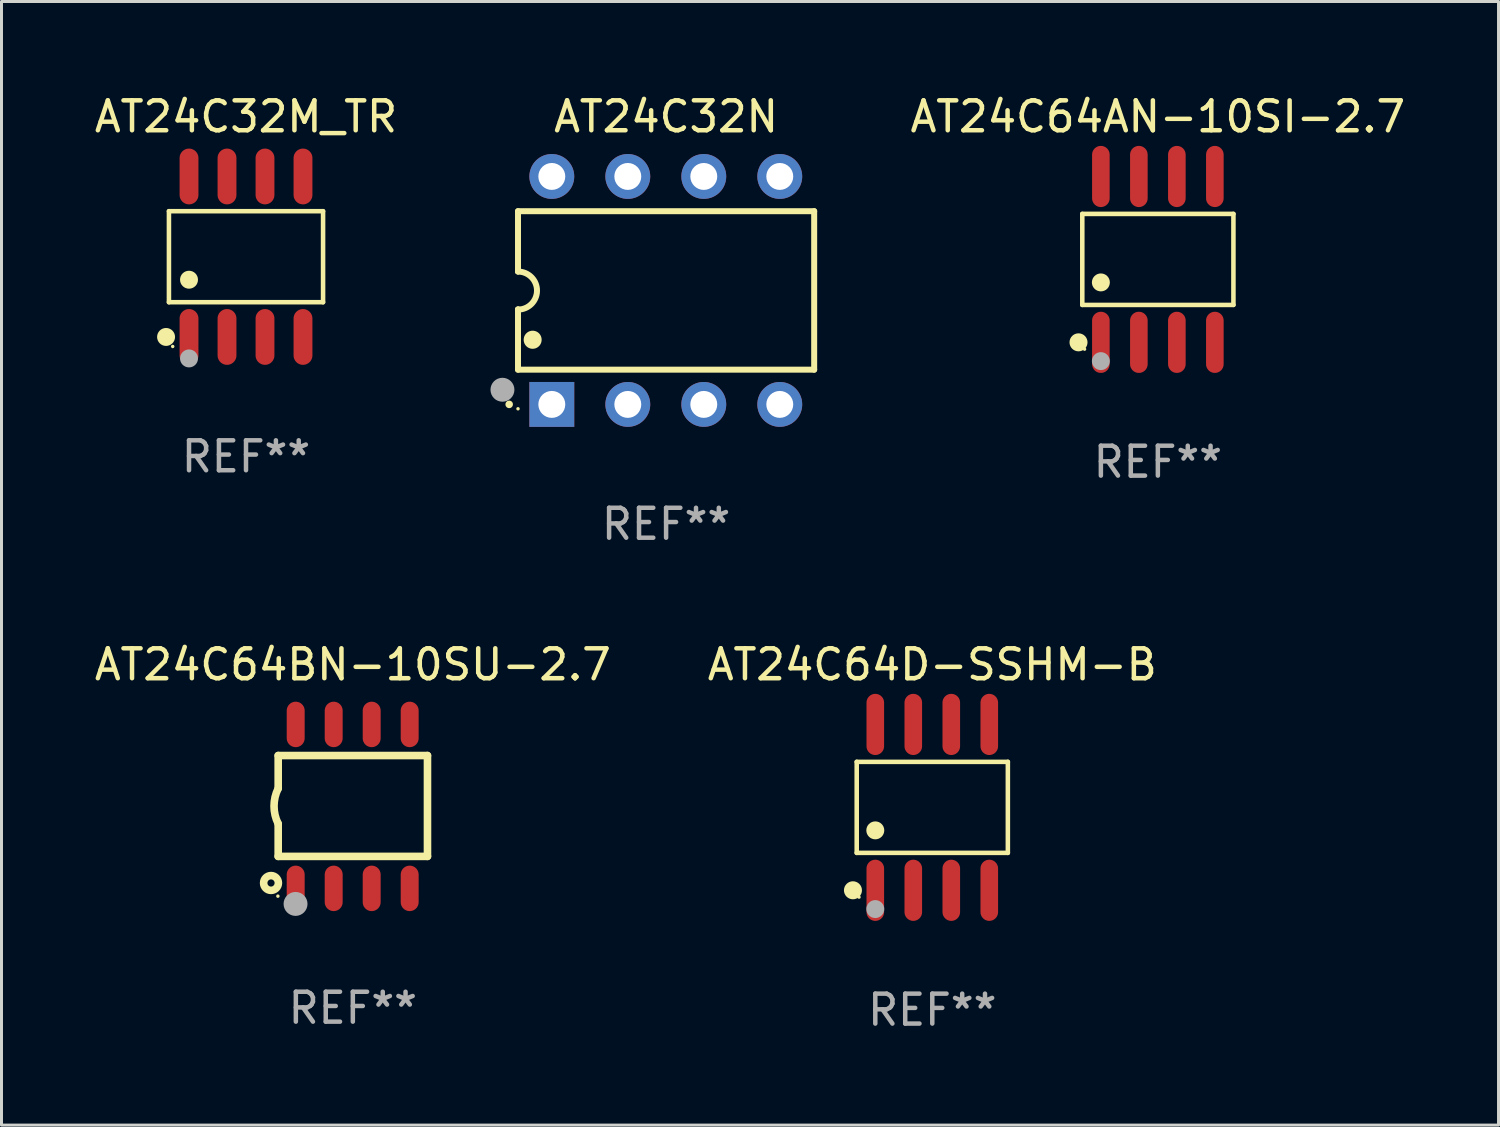
<source format=kicad_pcb>
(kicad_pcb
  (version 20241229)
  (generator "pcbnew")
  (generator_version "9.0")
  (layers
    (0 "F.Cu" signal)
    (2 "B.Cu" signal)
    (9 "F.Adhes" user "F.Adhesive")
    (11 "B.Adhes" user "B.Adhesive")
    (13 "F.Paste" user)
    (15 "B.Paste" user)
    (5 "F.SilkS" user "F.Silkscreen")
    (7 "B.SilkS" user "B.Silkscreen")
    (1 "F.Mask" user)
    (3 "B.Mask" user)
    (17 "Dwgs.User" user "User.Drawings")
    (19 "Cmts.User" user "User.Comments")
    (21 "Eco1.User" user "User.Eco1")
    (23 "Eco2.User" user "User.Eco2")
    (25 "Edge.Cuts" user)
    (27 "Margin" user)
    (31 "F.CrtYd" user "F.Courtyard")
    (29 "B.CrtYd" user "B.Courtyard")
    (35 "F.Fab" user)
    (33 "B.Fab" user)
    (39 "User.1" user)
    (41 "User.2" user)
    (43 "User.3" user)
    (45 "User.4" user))
  (footprint "AT24C32M_TR"
    (layer "F.Cu")
    (at 5.173 5.531)
    (property "Reference" "AT24C32M_TR" (at 0 -4.682 0) (layer "F.SilkS") (effects (font (size 1 1) (thickness 0.15))))
    (attr through_hole)
    (fp_line (start -2.576 -1.521) (end 2.576 -1.521) (stroke (width 0.152) (type solid)) (layer "F.SilkS"))
    (fp_line (start -2.576 1.521) (end -2.576 -1.521) (stroke (width 0.152) (type solid)) (layer "F.SilkS"))
    (fp_line (start 2.576 -1.521) (end 2.576 1.521) (stroke (width 0.152) (type solid)) (layer "F.SilkS"))
    (fp_line (start 2.576 1.521) (end -2.576 1.521) (stroke (width 0.152) (type solid)) (layer "F.SilkS"))
    (fp_circle (center -2.672 2.682) (end -2.522 2.682) (stroke (width 0.3) (type solid)) (fill no) (layer "F.SilkS"))
    (fp_circle (center -2.45 3) (end -2.42 3) (stroke (width 0.06) (type solid)) (fill no) (layer "F.SilkS"))
    (fp_circle (center -1.905 0.769) (end -1.755 0.769) (stroke (width 0.3) (type solid)) (fill no) (layer "F.SilkS"))
    (fp_circle (center -1.905 3.4) (end -1.755 3.4) (stroke (width 0.3) (type solid)) (fill no) (layer "F.Fab"))
    (fp_text user "REF**" (at 0 6.682 0) (layer "F.Fab") (effects (font (size 1 1) (thickness 0.15))))
    (pad "1" smd oval (at -1.905 2.682) (size 0.63 1.865) (layers "F.Cu" "F.Mask" "F.Paste"))
    (pad "2" smd oval (at -0.635 2.682) (size 0.63 1.865) (layers "F.Cu" "F.Mask" "F.Paste"))
    (pad "3" smd oval (at 0.635 2.682) (size 0.63 1.865) (layers "F.Cu" "F.Mask" "F.Paste"))
    (pad "4" smd oval (at 1.905 2.682) (size 0.63 1.865) (layers "F.Cu" "F.Mask" "F.Paste"))
    (pad "5" smd oval (at 1.905 -2.682) (size 0.63 1.865) (layers "F.Cu" "F.Mask" "F.Paste"))
    (pad "6" smd oval (at 0.635 -2.682) (size 0.63 1.865) (layers "F.Cu" "F.Mask" "F.Paste"))
    (pad "7" smd oval (at -0.635 -2.682) (size 0.63 1.865) (layers "F.Cu" "F.Mask" "F.Paste"))
    (pad "8" smd oval (at -1.905 -2.682) (size 0.63 1.865) (layers "F.Cu" "F.Mask" "F.Paste")))
  (footprint "AT24C64AN-10SI-2.7"
    (layer "F.Cu")
    (at 35.653 5.621)
    (property "Reference" "AT24C64AN-10SI-2.7" (at 0 -4.772 0) (layer "F.SilkS") (effects (font (size 1 1) (thickness 0.15))))
    (attr through_hole)
    (fp_line (start -2.526 -1.521) (end 2.526 -1.521) (stroke (width 0.152) (type solid)) (layer "F.SilkS"))
    (fp_line (start -2.526 1.521) (end -2.526 -1.521) (stroke (width 0.152) (type solid)) (layer "F.SilkS"))
    (fp_line (start 2.526 -1.521) (end 2.526 1.521) (stroke (width 0.152) (type solid)) (layer "F.SilkS"))
    (fp_line (start 2.526 1.521) (end -2.526 1.521) (stroke (width 0.152) (type solid)) (layer "F.SilkS"))
    (fp_circle (center -2.652 2.772) (end -2.501 2.772) (stroke (width 0.3) (type solid)) (fill no) (layer "F.SilkS"))
    (fp_circle (center -2.45 3) (end -2.42 3) (stroke (width 0.06) (type solid)) (fill no) (layer "F.SilkS"))
    (fp_circle (center -1.905 0.769) (end -1.755 0.769) (stroke (width 0.3) (type solid)) (fill no) (layer "F.SilkS"))
    (fp_circle (center -1.905 3.4) (end -1.755 3.4) (stroke (width 0.3) (type solid)) (fill no) (layer "F.Fab"))
    (fp_text user "REF**" (at 0 6.772 0) (layer "F.Fab") (effects (font (size 1 1) (thickness 0.15))))
    (pad "1" smd oval (at -1.905 2.772) (size 0.588 2.045) (layers "F.Cu" "F.Mask" "F.Paste"))
    (pad "2" smd oval (at -0.635 2.772) (size 0.588 2.045) (layers "F.Cu" "F.Mask" "F.Paste"))
    (pad "3" smd oval (at 0.635 2.772) (size 0.588 2.045) (layers "F.Cu" "F.Mask" "F.Paste"))
    (pad "4" smd oval (at 1.905 2.772) (size 0.588 2.045) (layers "F.Cu" "F.Mask" "F.Paste"))
    (pad "5" smd oval (at 1.905 -2.772) (size 0.588 2.045) (layers "F.Cu" "F.Mask" "F.Paste"))
    (pad "6" smd oval (at 0.635 -2.772) (size 0.588 2.045) (layers "F.Cu" "F.Mask" "F.Paste"))
    (pad "7" smd oval (at -0.635 -2.772) (size 0.588 2.045) (layers "F.Cu" "F.Mask" "F.Paste"))
    (pad "8" smd oval (at -1.905 -2.772) (size 0.588 2.045) (layers "F.Cu" "F.Mask" "F.Paste")))
  (footprint "AT24C64D-SSHM-B"
    (layer "F.Cu")
    (at 28.113 23.937)
    (property "Reference" "AT24C64D-SSHM-B" (at 0 -4.772 0) (layer "F.SilkS") (effects (font (size 1 1) (thickness 0.15))))
    (attr through_hole)
    (fp_line (start -2.526 -1.521) (end 2.526 -1.521) (stroke (width 0.152) (type solid)) (layer "F.SilkS"))
    (fp_line (start -2.526 1.521) (end -2.526 -1.521) (stroke (width 0.152) (type solid)) (layer "F.SilkS"))
    (fp_line (start 2.526 -1.521) (end 2.526 1.521) (stroke (width 0.152) (type solid)) (layer "F.SilkS"))
    (fp_line (start 2.526 1.521) (end -2.526 1.521) (stroke (width 0.152) (type solid)) (layer "F.SilkS"))
    (fp_circle (center -2.652 2.772) (end -2.501 2.772) (stroke (width 0.3) (type solid)) (fill no) (layer "F.SilkS"))
    (fp_circle (center -2.45 3) (end -2.42 3) (stroke (width 0.06) (type solid)) (fill no) (layer "F.SilkS"))
    (fp_circle (center -1.905 0.769) (end -1.755 0.769) (stroke (width 0.3) (type solid)) (fill no) (layer "F.SilkS"))
    (fp_circle (center -1.905 3.4) (end -1.755 3.4) (stroke (width 0.3) (type solid)) (fill no) (layer "F.Fab"))
    (fp_text user "REF**" (at 0 6.772 0) (layer "F.Fab") (effects (font (size 1 1) (thickness 0.15))))
    (pad "1" smd oval (at -1.905 2.772) (size 0.588 2.045) (layers "F.Cu" "F.Mask" "F.Paste"))
    (pad "2" smd oval (at -0.635 2.772) (size 0.588 2.045) (layers "F.Cu" "F.Mask" "F.Paste"))
    (pad "3" smd oval (at 0.635 2.772) (size 0.588 2.045) (layers "F.Cu" "F.Mask" "F.Paste"))
    (pad "4" smd oval (at 1.905 2.772) (size 0.588 2.045) (layers "F.Cu" "F.Mask" "F.Paste"))
    (pad "5" smd oval (at 1.905 -2.772) (size 0.588 2.045) (layers "F.Cu" "F.Mask" "F.Paste"))
    (pad "6" smd oval (at 0.635 -2.772) (size 0.588 2.045) (layers "F.Cu" "F.Mask" "F.Paste"))
    (pad "7" smd oval (at -0.635 -2.772) (size 0.588 2.045) (layers "F.Cu" "F.Mask" "F.Paste"))
    (pad "8" smd oval (at -1.905 -2.772) (size 0.588 2.045) (layers "F.Cu" "F.Mask" "F.Paste")))
  (footprint "AT24C64BN-10SU-2.7"
    (layer "F.Cu")
    (at 8.744 23.905)
    (property "Reference" "AT24C64BN-10SU-2.7" (at 0 -4.74 0) (layer "F.SilkS") (effects (font (size 1 1) (thickness 0.15))))
    (attr through_hole)
    (fp_line (start -2.495 -1.7) (end 2.495 -1.7) (stroke (width 0.254) (type solid)) (layer "F.SilkS"))
    (fp_line (start -2.495 -0.6) (end -2.495 -1.7) (stroke (width 0.254) (type solid)) (layer "F.SilkS"))
    (fp_line (start -2.495 1.671) (end -2.495 0.58) (stroke (width 0.254) (type solid)) (layer "F.SilkS"))
    (fp_line (start 2.495 -1.7) (end 2.495 1.671) (stroke (width 0.254) (type solid)) (layer "F.SilkS"))
    (fp_line (start 2.495 1.671) (end -2.495 1.671) (stroke (width 0.254) (type solid)) (layer "F.SilkS"))
    (fp_arc (start -2.495009 0.58001) (mid -2.634112 -0.009995) (end -2.495009 -0.6) (stroke (width 0.254001) (type solid)) (layer "F.SilkS"))
    (fp_circle (center -2.735 2.56) (end -2.615 2.56) (stroke (width 0.254) (type solid)) (fill no) (layer "F.SilkS"))
    (fp_circle (center -2.505 3) (end -2.475 3) (stroke (width 0.06) (type solid)) (fill no) (layer "F.SilkS"))
    (fp_circle (center -1.915 3.26) (end -1.715 3.26) (stroke (width 0.4) (type solid)) (fill no) (layer "F.Fab"))
    (fp_text user "REF**" (at 0 6.74 0) (layer "F.Fab") (effects (font (size 1 1) (thickness 0.15))))
    (pad "1" smd oval (at -1.91 2.74) (size 0.6 1.52) (layers "F.Cu" "F.Mask" "F.Paste"))
    (pad "2" smd oval (at -0.64 2.74) (size 0.6 1.52) (layers "F.Cu" "F.Mask" "F.Paste"))
    (pad "3" smd oval (at 0.63 2.74) (size 0.6 1.52) (layers "F.Cu" "F.Mask" "F.Paste"))
    (pad "4" smd oval (at 1.9 2.74) (size 0.6 1.52) (layers "F.Cu" "F.Mask" "F.Paste"))
    (pad "5" smd oval (at 1.9 -2.74) (size 0.6 1.52) (layers "F.Cu" "F.Mask" "F.Paste"))
    (pad "6" smd oval (at 0.63 -2.74) (size 0.6 1.52) (layers "F.Cu" "F.Mask" "F.Paste"))
    (pad "7" smd oval (at -0.64 -2.74) (size 0.6 1.52) (layers "F.Cu" "F.Mask" "F.Paste"))
    (pad "8" smd oval (at -1.91 -2.74) (size 0.6 1.52) (layers "F.Cu" "F.Mask" "F.Paste")))
  (footprint "AT24C32N"
    (layer "F.Cu")
    (at 19.215 6.658)
    (property "Reference" "AT24C32N" (at 0 -5.81 0) (layer "F.SilkS") (effects (font (size 1 1) (thickness 0.15))))
    (attr through_hole)
    (fp_line (start -4.95 -2.649) (end 4.95 -2.649) (stroke (width 0.2) (type solid)) (layer "F.SilkS"))
    (fp_line (start -4.95 -0.635) (end -4.95 -2.649) (stroke (width 0.2) (type solid)) (layer "F.SilkS"))
    (fp_line (start -4.95 0.635) (end -4.95 0.64) (stroke (width 0.2) (type solid)) (layer "F.SilkS"))
    (fp_line (start -4.95 2.649) (end -4.95 0.635) (stroke (width 0.2) (type solid)) (layer "F.SilkS"))
    (fp_line (start -4.95 -0.64) (end -4.95 -0.635) (stroke (width 0.2) (type solid)) (layer "F.SilkS"))
    (fp_line (start 4.95 -2.649) (end 4.95 2.649) (stroke (width 0.2) (type solid)) (layer "F.SilkS"))
    (fp_line (start 4.95 2.649) (end -4.95 2.649) (stroke (width 0.2) (type solid)) (layer "F.SilkS"))
    (fp_arc (start -5.24511 3.810008) (mid -5.245117 3.808738) (end -5.24511 3.807468) (stroke (width 0.25) (type solid)) (layer "F.SilkS"))
    (fp_arc (start -4.950165 -0.629997) (mid -4.315164 0.005004) (end -4.950165 0.640005) (stroke (width 0.2) (type solid)) (layer "F.SilkS"))
    (fp_arc (start -4.460249 1.651003) (mid -4.46026 1.648463) (end -4.460249 1.645923) (stroke (width 0.6) (type solid)) (layer "F.SilkS"))
    (fp_circle (center -4.95 3.956) (end -4.92 3.956) (stroke (width 0.06) (type solid)) (fill no) (layer "F.SilkS"))
    (fp_circle (center -5.47 3.32) (end -5.27 3.32) (stroke (width 0.4) (type solid)) (fill no) (layer "F.Fab"))
    (fp_text user "REF**" (at 0 7.81 0) (layer "F.Fab") (effects (font (size 1 1) (thickness 0.15))))
    (pad "1" thru_hole rect (at -3.82 3.81) (size 1.5 1.5) (drill 0.9) (layers "*.Cu" "*.Mask"))
    (pad "2" thru_hole circle (at -1.28 3.81) (size 1.5 1.5) (drill 0.9) (layers "*.Cu" "*.Mask"))
    (pad "3" thru_hole circle (at 1.26 3.81) (size 1.5 1.5) (drill 0.9) (layers "*.Cu" "*.Mask"))
    (pad "4" thru_hole circle (at 3.8 3.81) (size 1.5 1.5) (drill 0.9) (layers "*.Cu" "*.Mask"))
    (pad "5" thru_hole circle (at 3.8 -3.81) (size 1.5 1.5) (drill 0.9) (layers "*.Cu" "*.Mask"))
    (pad "6" thru_hole circle (at 1.26 -3.81) (size 1.5 1.5) (drill 0.9) (layers "*.Cu" "*.Mask"))
    (pad "7" thru_hole circle (at -1.28 -3.81) (size 1.5 1.5) (drill 0.9) (layers "*.Cu" "*.Mask"))
    (pad "8" thru_hole circle (at -3.82 -3.81) (size 1.5 1.5) (drill 0.9) (layers "*.Cu" "*.Mask")))
  (gr_rect
    (start -3 -3)
    (end 47.04 34.558)
    (stroke (width 0.1) (type default))
    (fill no)
    (layer "Edge.Cuts")))
</source>
